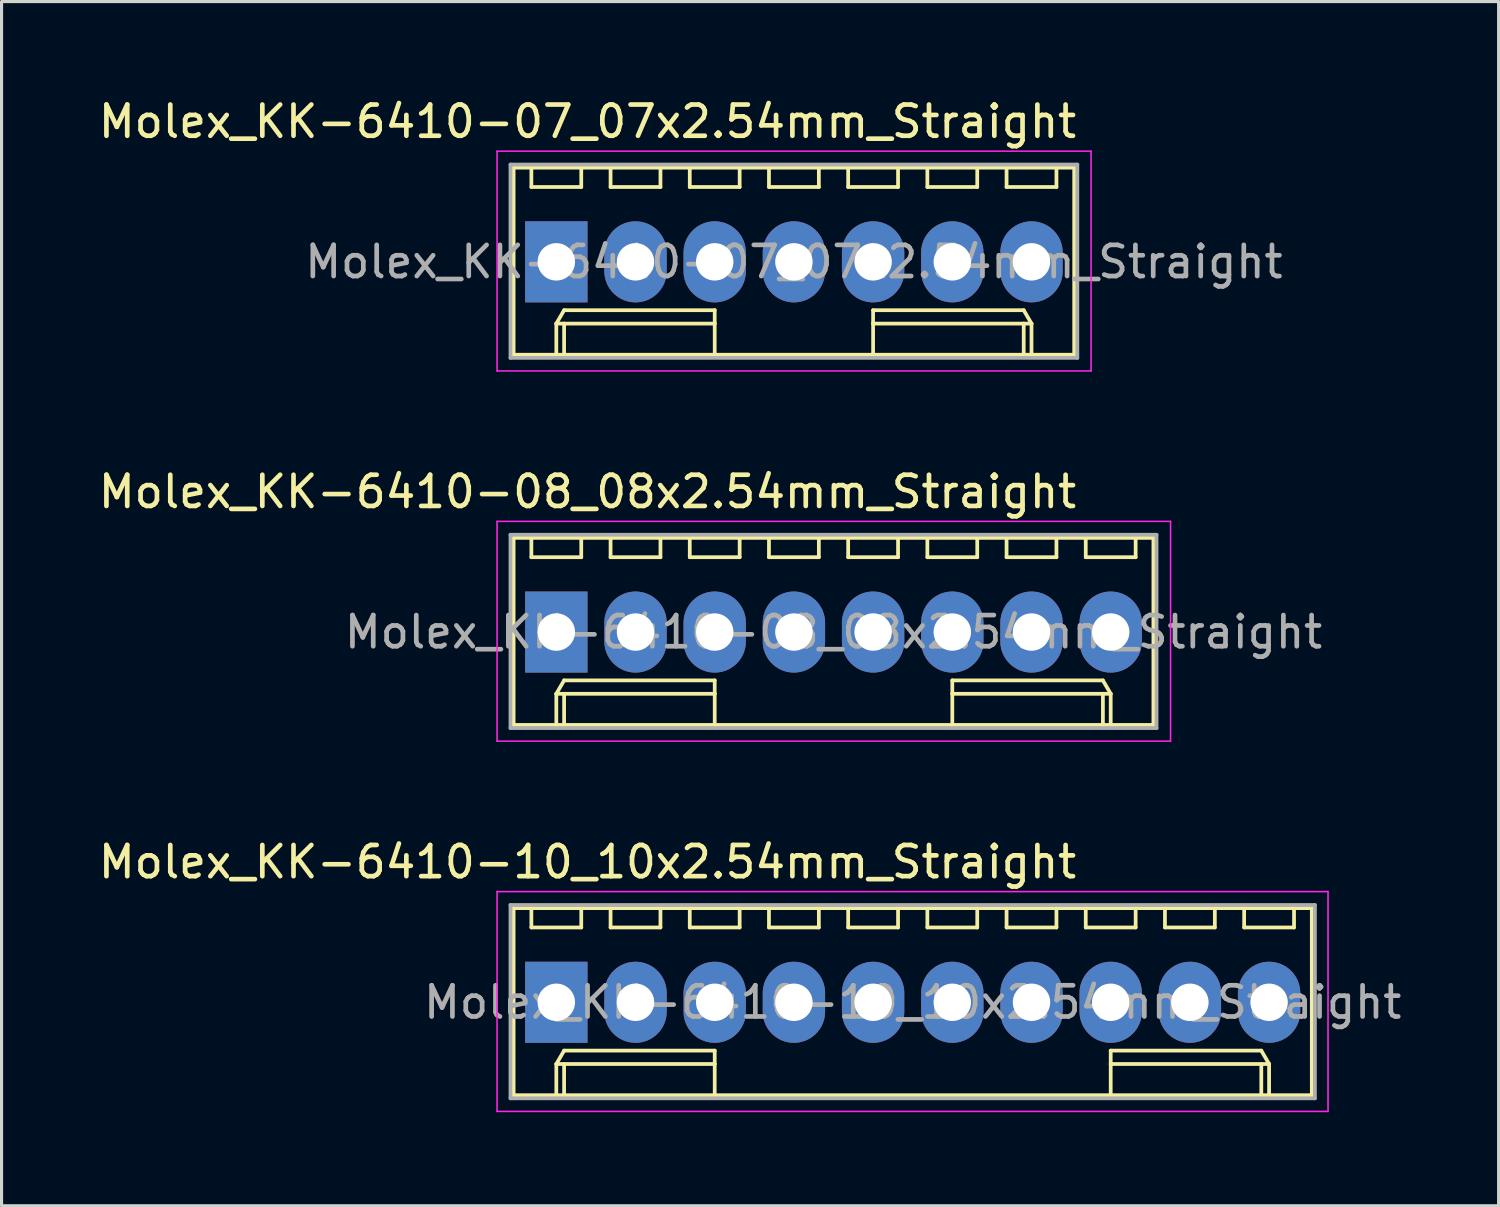
<source format=kicad_pcb>
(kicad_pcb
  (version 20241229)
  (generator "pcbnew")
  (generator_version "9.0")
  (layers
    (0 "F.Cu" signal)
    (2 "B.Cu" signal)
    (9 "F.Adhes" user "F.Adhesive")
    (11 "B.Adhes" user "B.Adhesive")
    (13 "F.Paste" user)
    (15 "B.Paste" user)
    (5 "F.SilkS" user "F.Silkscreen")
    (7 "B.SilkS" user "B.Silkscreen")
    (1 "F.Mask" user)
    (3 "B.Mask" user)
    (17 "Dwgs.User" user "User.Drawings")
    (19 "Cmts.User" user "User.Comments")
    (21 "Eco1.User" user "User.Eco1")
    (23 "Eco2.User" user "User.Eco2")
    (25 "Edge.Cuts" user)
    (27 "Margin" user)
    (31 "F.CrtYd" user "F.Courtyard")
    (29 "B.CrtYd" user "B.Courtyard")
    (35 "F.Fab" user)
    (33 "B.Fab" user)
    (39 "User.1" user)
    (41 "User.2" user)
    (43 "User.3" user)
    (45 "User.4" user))
  (footprint "Molex_KK-6410-08_08x2.54mm_Straight"
    (layer "F.Cu")
    (at 14.792 17.221)
    (property "Reference" "Molex_KK-6410-08_08x2.54mm_Straight" (at 1 -4.5 0) (layer "F.SilkS") (effects (font (size 1 1) (thickness 0.15))))
    (attr through_hole)
    (fp_line (start -1.37 -3.02) (end -1.37 2.98) (stroke (width 0.12) (type solid)) (layer "F.SilkS"))
    (fp_line (start -1.37 2.98) (end 19.15 2.98) (stroke (width 0.12) (type solid)) (layer "F.SilkS"))
    (fp_line (start -0.8 -3.02) (end -0.8 -2.4) (stroke (width 0.12) (type solid)) (layer "F.SilkS"))
    (fp_line (start -0.8 -2.4) (end 0.8 -2.4) (stroke (width 0.12) (type solid)) (layer "F.SilkS"))
    (fp_line (start 0 1.98) (end 0.25 1.55) (stroke (width 0.12) (type solid)) (layer "F.SilkS"))
    (fp_line (start 0 1.98) (end 5.08 1.98) (stroke (width 0.12) (type solid)) (layer "F.SilkS"))
    (fp_line (start 0 2.98) (end 0 1.98) (stroke (width 0.12) (type solid)) (layer "F.SilkS"))
    (fp_line (start 0.25 1.55) (end 5.08 1.55) (stroke (width 0.12) (type solid)) (layer "F.SilkS"))
    (fp_line (start 0.25 2.98) (end 0.25 1.98) (stroke (width 0.12) (type solid)) (layer "F.SilkS"))
    (fp_line (start 0.8 -2.4) (end 0.8 -3.02) (stroke (width 0.12) (type solid)) (layer "F.SilkS"))
    (fp_line (start 1.74 -3.02) (end 1.74 -2.4) (stroke (width 0.12) (type solid)) (layer "F.SilkS"))
    (fp_line (start 1.74 -2.4) (end 3.34 -2.4) (stroke (width 0.12) (type solid)) (layer "F.SilkS"))
    (fp_line (start 3.34 -2.4) (end 3.34 -3.02) (stroke (width 0.12) (type solid)) (layer "F.SilkS"))
    (fp_line (start 4.28 -3.02) (end 4.28 -2.4) (stroke (width 0.12) (type solid)) (layer "F.SilkS"))
    (fp_line (start 4.28 -2.4) (end 5.88 -2.4) (stroke (width 0.12) (type solid)) (layer "F.SilkS"))
    (fp_line (start 5.08 1.55) (end 5.08 1.98) (stroke (width 0.12) (type solid)) (layer "F.SilkS"))
    (fp_line (start 5.08 1.98) (end 5.08 2.98) (stroke (width 0.12) (type solid)) (layer "F.SilkS"))
    (fp_line (start 5.88 -2.4) (end 5.88 -3.02) (stroke (width 0.12) (type solid)) (layer "F.SilkS"))
    (fp_line (start 6.82 -3.02) (end 6.82 -2.4) (stroke (width 0.12) (type solid)) (layer "F.SilkS"))
    (fp_line (start 6.82 -2.4) (end 8.42 -2.4) (stroke (width 0.12) (type solid)) (layer "F.SilkS"))
    (fp_line (start 8.42 -2.4) (end 8.42 -3.02) (stroke (width 0.12) (type solid)) (layer "F.SilkS"))
    (fp_line (start 9.36 -3.02) (end 9.36 -2.4) (stroke (width 0.12) (type solid)) (layer "F.SilkS"))
    (fp_line (start 9.36 -2.4) (end 10.96 -2.4) (stroke (width 0.12) (type solid)) (layer "F.SilkS"))
    (fp_line (start 10.96 -2.4) (end 10.96 -3.02) (stroke (width 0.12) (type solid)) (layer "F.SilkS"))
    (fp_line (start 11.9 -3.02) (end 11.9 -2.4) (stroke (width 0.12) (type solid)) (layer "F.SilkS"))
    (fp_line (start 11.9 -2.4) (end 13.5 -2.4) (stroke (width 0.12) (type solid)) (layer "F.SilkS"))
    (fp_line (start 12.7 1.55) (end 12.7 1.98) (stroke (width 0.12) (type solid)) (layer "F.SilkS"))
    (fp_line (start 12.7 1.98) (end 12.7 2.98) (stroke (width 0.12) (type solid)) (layer "F.SilkS"))
    (fp_line (start 13.5 -2.4) (end 13.5 -3.02) (stroke (width 0.12) (type solid)) (layer "F.SilkS"))
    (fp_line (start 14.44 -3.02) (end 14.44 -2.4) (stroke (width 0.12) (type solid)) (layer "F.SilkS"))
    (fp_line (start 14.44 -2.4) (end 16.04 -2.4) (stroke (width 0.12) (type solid)) (layer "F.SilkS"))
    (fp_line (start 16.04 -2.4) (end 16.04 -3.02) (stroke (width 0.12) (type solid)) (layer "F.SilkS"))
    (fp_line (start 16.98 -3.02) (end 16.98 -2.4) (stroke (width 0.12) (type solid)) (layer "F.SilkS"))
    (fp_line (start 16.98 -2.4) (end 18.58 -2.4) (stroke (width 0.12) (type solid)) (layer "F.SilkS"))
    (fp_line (start 17.53 1.55) (end 12.7 1.55) (stroke (width 0.12) (type solid)) (layer "F.SilkS"))
    (fp_line (start 17.53 2.98) (end 17.53 1.98) (stroke (width 0.12) (type solid)) (layer "F.SilkS"))
    (fp_line (start 17.78 1.98) (end 12.7 1.98) (stroke (width 0.12) (type solid)) (layer "F.SilkS"))
    (fp_line (start 17.78 1.98) (end 17.53 1.55) (stroke (width 0.12) (type solid)) (layer "F.SilkS"))
    (fp_line (start 17.78 2.98) (end 17.78 1.98) (stroke (width 0.12) (type solid)) (layer "F.SilkS"))
    (fp_line (start 18.58 -2.4) (end 18.58 -3.02) (stroke (width 0.12) (type solid)) (layer "F.SilkS"))
    (fp_line (start 19.15 -3.02) (end -1.37 -3.02) (stroke (width 0.12) (type solid)) (layer "F.SilkS"))
    (fp_line (start 19.15 2.98) (end 19.15 -3.02) (stroke (width 0.12) (type solid)) (layer "F.SilkS"))
    (fp_line (start -1.9 -3.55) (end 19.7 -3.55) (stroke (width 0.05) (type solid)) (layer "F.CrtYd"))
    (fp_line (start -1.9 3.5) (end -1.9 -3.55) (stroke (width 0.05) (type solid)) (layer "F.CrtYd"))
    (fp_line (start 19.7 -3.55) (end 19.7 3.5) (stroke (width 0.05) (type solid)) (layer "F.CrtYd"))
    (fp_line (start 19.7 3.5) (end -1.9 3.5) (stroke (width 0.05) (type solid)) (layer "F.CrtYd"))
    (fp_line (start -1.47 -3.12) (end -1.47 3.08) (stroke (width 0.12) (type solid)) (layer "F.Fab"))
    (fp_line (start -1.47 3.08) (end 19.25 3.08) (stroke (width 0.12) (type solid)) (layer "F.Fab"))
    (fp_line (start 19.25 -3.12) (end -1.47 -3.12) (stroke (width 0.12) (type solid)) (layer "F.Fab"))
    (fp_line (start 19.25 3.08) (end 19.25 -3.12) (stroke (width 0.12) (type solid)) (layer "F.Fab"))
    (fp_text user "${REFERENCE}" (at 8.89 0 0) (layer "F.Fab") (effects (font (size 1 1) (thickness 0.15))))
    (pad "1" thru_hole rect (at 0 0) (size 2 2.6) (drill 1.2) (layers "*.Cu" "*.Mask"))
    (pad "2" thru_hole oval (at 2.54 0) (size 2 2.6) (drill 1.2) (layers "*.Cu" "*.Mask"))
    (pad "3" thru_hole oval (at 5.08 0) (size 2 2.6) (drill 1.2) (layers "*.Cu" "*.Mask"))
    (pad "4" thru_hole oval (at 7.62 0) (size 2 2.6) (drill 1.2) (layers "*.Cu" "*.Mask"))
    (pad "5" thru_hole oval (at 10.16 0) (size 2 2.6) (drill 1.2) (layers "*.Cu" "*.Mask"))
    (pad "6" thru_hole oval (at 12.7 0) (size 2 2.6) (drill 1.2) (layers "*.Cu" "*.Mask"))
    (pad "7" thru_hole oval (at 15.24 0) (size 2 2.6) (drill 1.2) (layers "*.Cu" "*.Mask"))
    (pad "8" thru_hole oval (at 17.78 0) (size 2 2.6) (drill 1.2) (layers "*.Cu" "*.Mask")))
  (footprint "Molex_KK-6410-07_07x2.54mm_Straight"
    (layer "F.Cu")
    (at 14.792 5.348)
    (property "Reference" "Molex_KK-6410-07_07x2.54mm_Straight" (at 1 -4.5 0) (layer "F.SilkS") (effects (font (size 1 1) (thickness 0.15))))
    (attr through_hole)
    (fp_line (start -1.37 -3.02) (end -1.37 2.98) (stroke (width 0.12) (type solid)) (layer "F.SilkS"))
    (fp_line (start -1.37 2.98) (end 16.61 2.98) (stroke (width 0.12) (type solid)) (layer "F.SilkS"))
    (fp_line (start -0.8 -3.02) (end -0.8 -2.4) (stroke (width 0.12) (type solid)) (layer "F.SilkS"))
    (fp_line (start -0.8 -2.4) (end 0.8 -2.4) (stroke (width 0.12) (type solid)) (layer "F.SilkS"))
    (fp_line (start 0 1.98) (end 0.25 1.55) (stroke (width 0.12) (type solid)) (layer "F.SilkS"))
    (fp_line (start 0 1.98) (end 5.08 1.98) (stroke (width 0.12) (type solid)) (layer "F.SilkS"))
    (fp_line (start 0 2.98) (end 0 1.98) (stroke (width 0.12) (type solid)) (layer "F.SilkS"))
    (fp_line (start 0.25 1.55) (end 5.08 1.55) (stroke (width 0.12) (type solid)) (layer "F.SilkS"))
    (fp_line (start 0.25 2.98) (end 0.25 1.98) (stroke (width 0.12) (type solid)) (layer "F.SilkS"))
    (fp_line (start 0.8 -2.4) (end 0.8 -3.02) (stroke (width 0.12) (type solid)) (layer "F.SilkS"))
    (fp_line (start 1.74 -3.02) (end 1.74 -2.4) (stroke (width 0.12) (type solid)) (layer "F.SilkS"))
    (fp_line (start 1.74 -2.4) (end 3.34 -2.4) (stroke (width 0.12) (type solid)) (layer "F.SilkS"))
    (fp_line (start 3.34 -2.4) (end 3.34 -3.02) (stroke (width 0.12) (type solid)) (layer "F.SilkS"))
    (fp_line (start 4.28 -3.02) (end 4.28 -2.4) (stroke (width 0.12) (type solid)) (layer "F.SilkS"))
    (fp_line (start 4.28 -2.4) (end 5.88 -2.4) (stroke (width 0.12) (type solid)) (layer "F.SilkS"))
    (fp_line (start 5.08 1.55) (end 5.08 1.98) (stroke (width 0.12) (type solid)) (layer "F.SilkS"))
    (fp_line (start 5.08 1.98) (end 5.08 2.98) (stroke (width 0.12) (type solid)) (layer "F.SilkS"))
    (fp_line (start 5.88 -2.4) (end 5.88 -3.02) (stroke (width 0.12) (type solid)) (layer "F.SilkS"))
    (fp_line (start 6.82 -3.02) (end 6.82 -2.4) (stroke (width 0.12) (type solid)) (layer "F.SilkS"))
    (fp_line (start 6.82 -2.4) (end 8.42 -2.4) (stroke (width 0.12) (type solid)) (layer "F.SilkS"))
    (fp_line (start 8.42 -2.4) (end 8.42 -3.02) (stroke (width 0.12) (type solid)) (layer "F.SilkS"))
    (fp_line (start 9.36 -3.02) (end 9.36 -2.4) (stroke (width 0.12) (type solid)) (layer "F.SilkS"))
    (fp_line (start 9.36 -2.4) (end 10.96 -2.4) (stroke (width 0.12) (type solid)) (layer "F.SilkS"))
    (fp_line (start 10.16 1.55) (end 10.16 1.98) (stroke (width 0.12) (type solid)) (layer "F.SilkS"))
    (fp_line (start 10.16 1.98) (end 10.16 2.98) (stroke (width 0.12) (type solid)) (layer "F.SilkS"))
    (fp_line (start 10.96 -2.4) (end 10.96 -3.02) (stroke (width 0.12) (type solid)) (layer "F.SilkS"))
    (fp_line (start 11.9 -3.02) (end 11.9 -2.4) (stroke (width 0.12) (type solid)) (layer "F.SilkS"))
    (fp_line (start 11.9 -2.4) (end 13.5 -2.4) (stroke (width 0.12) (type solid)) (layer "F.SilkS"))
    (fp_line (start 13.5 -2.4) (end 13.5 -3.02) (stroke (width 0.12) (type solid)) (layer "F.SilkS"))
    (fp_line (start 14.44 -3.02) (end 14.44 -2.4) (stroke (width 0.12) (type solid)) (layer "F.SilkS"))
    (fp_line (start 14.44 -2.4) (end 16.04 -2.4) (stroke (width 0.12) (type solid)) (layer "F.SilkS"))
    (fp_line (start 14.99 1.55) (end 10.16 1.55) (stroke (width 0.12) (type solid)) (layer "F.SilkS"))
    (fp_line (start 14.99 2.98) (end 14.99 1.98) (stroke (width 0.12) (type solid)) (layer "F.SilkS"))
    (fp_line (start 15.24 1.98) (end 10.16 1.98) (stroke (width 0.12) (type solid)) (layer "F.SilkS"))
    (fp_line (start 15.24 1.98) (end 14.99 1.55) (stroke (width 0.12) (type solid)) (layer "F.SilkS"))
    (fp_line (start 15.24 2.98) (end 15.24 1.98) (stroke (width 0.12) (type solid)) (layer "F.SilkS"))
    (fp_line (start 16.04 -2.4) (end 16.04 -3.02) (stroke (width 0.12) (type solid)) (layer "F.SilkS"))
    (fp_line (start 16.61 -3.02) (end -1.37 -3.02) (stroke (width 0.12) (type solid)) (layer "F.SilkS"))
    (fp_line (start 16.61 2.98) (end 16.61 -3.02) (stroke (width 0.12) (type solid)) (layer "F.SilkS"))
    (fp_line (start -1.9 -3.55) (end 17.15 -3.55) (stroke (width 0.05) (type solid)) (layer "F.CrtYd"))
    (fp_line (start -1.9 3.5) (end -1.9 -3.55) (stroke (width 0.05) (type solid)) (layer "F.CrtYd"))
    (fp_line (start 17.15 -3.55) (end 17.15 3.5) (stroke (width 0.05) (type solid)) (layer "F.CrtYd"))
    (fp_line (start 17.15 3.5) (end -1.9 3.5) (stroke (width 0.05) (type solid)) (layer "F.CrtYd"))
    (fp_line (start -1.47 -3.12) (end -1.47 3.08) (stroke (width 0.12) (type solid)) (layer "F.Fab"))
    (fp_line (start -1.47 3.08) (end 16.71 3.08) (stroke (width 0.12) (type solid)) (layer "F.Fab"))
    (fp_line (start 16.71 -3.12) (end -1.47 -3.12) (stroke (width 0.12) (type solid)) (layer "F.Fab"))
    (fp_line (start 16.71 3.08) (end 16.71 -3.12) (stroke (width 0.12) (type solid)) (layer "F.Fab"))
    (fp_text user "${REFERENCE}" (at 7.62 0 0) (layer "F.Fab") (effects (font (size 1 1) (thickness 0.15))))
    (pad "1" thru_hole rect (at 0 0) (size 2 2.6) (drill 1.2) (layers "*.Cu" "*.Mask"))
    (pad "2" thru_hole oval (at 2.54 0) (size 2 2.6) (drill 1.2) (layers "*.Cu" "*.Mask"))
    (pad "3" thru_hole oval (at 5.08 0) (size 2 2.6) (drill 1.2) (layers "*.Cu" "*.Mask"))
    (pad "4" thru_hole oval (at 7.62 0) (size 2 2.6) (drill 1.2) (layers "*.Cu" "*.Mask"))
    (pad "5" thru_hole oval (at 10.16 0) (size 2 2.6) (drill 1.2) (layers "*.Cu" "*.Mask"))
    (pad "6" thru_hole oval (at 12.7 0) (size 2 2.6) (drill 1.2) (layers "*.Cu" "*.Mask"))
    (pad "7" thru_hole oval (at 15.24 0) (size 2 2.6) (drill 1.2) (layers "*.Cu" "*.Mask")))
  (footprint "Molex_KK-6410-10_10x2.54mm_Straight"
    (layer "F.Cu")
    (at 14.792 29.095)
    (property "Reference" "Molex_KK-6410-10_10x2.54mm_Straight" (at 1 -4.5 0) (layer "F.SilkS") (effects (font (size 1 1) (thickness 0.15))))
    (attr through_hole)
    (fp_line (start -1.37 -3.02) (end -1.37 2.98) (stroke (width 0.12) (type solid)) (layer "F.SilkS"))
    (fp_line (start -1.37 2.98) (end 24.23 2.98) (stroke (width 0.12) (type solid)) (layer "F.SilkS"))
    (fp_line (start -0.8 -3.02) (end -0.8 -2.4) (stroke (width 0.12) (type solid)) (layer "F.SilkS"))
    (fp_line (start -0.8 -2.4) (end 0.8 -2.4) (stroke (width 0.12) (type solid)) (layer "F.SilkS"))
    (fp_line (start 0 1.98) (end 0.25 1.55) (stroke (width 0.12) (type solid)) (layer "F.SilkS"))
    (fp_line (start 0 1.98) (end 5.08 1.98) (stroke (width 0.12) (type solid)) (layer "F.SilkS"))
    (fp_line (start 0 2.98) (end 0 1.98) (stroke (width 0.12) (type solid)) (layer "F.SilkS"))
    (fp_line (start 0.25 1.55) (end 5.08 1.55) (stroke (width 0.12) (type solid)) (layer "F.SilkS"))
    (fp_line (start 0.25 2.98) (end 0.25 1.98) (stroke (width 0.12) (type solid)) (layer "F.SilkS"))
    (fp_line (start 0.8 -2.4) (end 0.8 -3.02) (stroke (width 0.12) (type solid)) (layer "F.SilkS"))
    (fp_line (start 1.74 -3.02) (end 1.74 -2.4) (stroke (width 0.12) (type solid)) (layer "F.SilkS"))
    (fp_line (start 1.74 -2.4) (end 3.34 -2.4) (stroke (width 0.12) (type solid)) (layer "F.SilkS"))
    (fp_line (start 3.34 -2.4) (end 3.34 -3.02) (stroke (width 0.12) (type solid)) (layer "F.SilkS"))
    (fp_line (start 4.28 -3.02) (end 4.28 -2.4) (stroke (width 0.12) (type solid)) (layer "F.SilkS"))
    (fp_line (start 4.28 -2.4) (end 5.88 -2.4) (stroke (width 0.12) (type solid)) (layer "F.SilkS"))
    (fp_line (start 5.08 1.55) (end 5.08 1.98) (stroke (width 0.12) (type solid)) (layer "F.SilkS"))
    (fp_line (start 5.08 1.98) (end 5.08 2.98) (stroke (width 0.12) (type solid)) (layer "F.SilkS"))
    (fp_line (start 5.88 -2.4) (end 5.88 -3.02) (stroke (width 0.12) (type solid)) (layer "F.SilkS"))
    (fp_line (start 6.82 -3.02) (end 6.82 -2.4) (stroke (width 0.12) (type solid)) (layer "F.SilkS"))
    (fp_line (start 6.82 -2.4) (end 8.42 -2.4) (stroke (width 0.12) (type solid)) (layer "F.SilkS"))
    (fp_line (start 8.42 -2.4) (end 8.42 -3.02) (stroke (width 0.12) (type solid)) (layer "F.SilkS"))
    (fp_line (start 9.36 -3.02) (end 9.36 -2.4) (stroke (width 0.12) (type solid)) (layer "F.SilkS"))
    (fp_line (start 9.36 -2.4) (end 10.96 -2.4) (stroke (width 0.12) (type solid)) (layer "F.SilkS"))
    (fp_line (start 10.96 -2.4) (end 10.96 -3.02) (stroke (width 0.12) (type solid)) (layer "F.SilkS"))
    (fp_line (start 11.9 -3.02) (end 11.9 -2.4) (stroke (width 0.12) (type solid)) (layer "F.SilkS"))
    (fp_line (start 11.9 -2.4) (end 13.5 -2.4) (stroke (width 0.12) (type solid)) (layer "F.SilkS"))
    (fp_line (start 13.5 -2.4) (end 13.5 -3.02) (stroke (width 0.12) (type solid)) (layer "F.SilkS"))
    (fp_line (start 14.44 -3.02) (end 14.44 -2.4) (stroke (width 0.12) (type solid)) (layer "F.SilkS"))
    (fp_line (start 14.44 -2.4) (end 16.04 -2.4) (stroke (width 0.12) (type solid)) (layer "F.SilkS"))
    (fp_line (start 16.04 -2.4) (end 16.04 -3.02) (stroke (width 0.12) (type solid)) (layer "F.SilkS"))
    (fp_line (start 16.98 -3.02) (end 16.98 -2.4) (stroke (width 0.12) (type solid)) (layer "F.SilkS"))
    (fp_line (start 16.98 -2.4) (end 18.58 -2.4) (stroke (width 0.12) (type solid)) (layer "F.SilkS"))
    (fp_line (start 17.78 1.55) (end 17.78 1.98) (stroke (width 0.12) (type solid)) (layer "F.SilkS"))
    (fp_line (start 17.78 1.98) (end 17.78 2.98) (stroke (width 0.12) (type solid)) (layer "F.SilkS"))
    (fp_line (start 18.58 -2.4) (end 18.58 -3.02) (stroke (width 0.12) (type solid)) (layer "F.SilkS"))
    (fp_line (start 19.52 -3.02) (end 19.52 -2.4) (stroke (width 0.12) (type solid)) (layer "F.SilkS"))
    (fp_line (start 19.52 -2.4) (end 21.12 -2.4) (stroke (width 0.12) (type solid)) (layer "F.SilkS"))
    (fp_line (start 21.12 -2.4) (end 21.12 -3.02) (stroke (width 0.12) (type solid)) (layer "F.SilkS"))
    (fp_line (start 22.06 -3.02) (end 22.06 -2.4) (stroke (width 0.12) (type solid)) (layer "F.SilkS"))
    (fp_line (start 22.06 -2.4) (end 23.66 -2.4) (stroke (width 0.12) (type solid)) (layer "F.SilkS"))
    (fp_line (start 22.61 1.55) (end 17.78 1.55) (stroke (width 0.12) (type solid)) (layer "F.SilkS"))
    (fp_line (start 22.61 2.98) (end 22.61 1.98) (stroke (width 0.12) (type solid)) (layer "F.SilkS"))
    (fp_line (start 22.86 1.98) (end 17.78 1.98) (stroke (width 0.12) (type solid)) (layer "F.SilkS"))
    (fp_line (start 22.86 1.98) (end 22.61 1.55) (stroke (width 0.12) (type solid)) (layer "F.SilkS"))
    (fp_line (start 22.86 2.98) (end 22.86 1.98) (stroke (width 0.12) (type solid)) (layer "F.SilkS"))
    (fp_line (start 23.66 -2.4) (end 23.66 -3.02) (stroke (width 0.12) (type solid)) (layer "F.SilkS"))
    (fp_line (start 24.23 -3.02) (end -1.37 -3.02) (stroke (width 0.12) (type solid)) (layer "F.SilkS"))
    (fp_line (start 24.23 2.98) (end 24.23 -3.02) (stroke (width 0.12) (type solid)) (layer "F.SilkS"))
    (fp_line (start -1.9 -3.55) (end 24.75 -3.55) (stroke (width 0.05) (type solid)) (layer "F.CrtYd"))
    (fp_line (start -1.9 3.5) (end -1.9 -3.55) (stroke (width 0.05) (type solid)) (layer "F.CrtYd"))
    (fp_line (start 24.75 -3.55) (end 24.75 3.5) (stroke (width 0.05) (type solid)) (layer "F.CrtYd"))
    (fp_line (start 24.75 3.5) (end -1.9 3.5) (stroke (width 0.05) (type solid)) (layer "F.CrtYd"))
    (fp_line (start -1.47 -3.12) (end -1.47 3.08) (stroke (width 0.12) (type solid)) (layer "F.Fab"))
    (fp_line (start -1.47 3.08) (end 24.33 3.08) (stroke (width 0.12) (type solid)) (layer "F.Fab"))
    (fp_line (start 24.33 -3.12) (end -1.47 -3.12) (stroke (width 0.12) (type solid)) (layer "F.Fab"))
    (fp_line (start 24.33 3.08) (end 24.33 -3.12) (stroke (width 0.12) (type solid)) (layer "F.Fab"))
    (fp_text user "${REFERENCE}" (at 11.43 0 0) (layer "F.Fab") (effects (font (size 1 1) (thickness 0.15))))
    (pad "1" thru_hole rect (at 0 0) (size 2 2.6) (drill 1.2) (layers "*.Cu" "*.Mask"))
    (pad "2" thru_hole oval (at 2.54 0) (size 2 2.6) (drill 1.2) (layers "*.Cu" "*.Mask"))
    (pad "3" thru_hole oval (at 5.08 0) (size 2 2.6) (drill 1.2) (layers "*.Cu" "*.Mask"))
    (pad "4" thru_hole oval (at 7.62 0) (size 2 2.6) (drill 1.2) (layers "*.Cu" "*.Mask"))
    (pad "5" thru_hole oval (at 10.16 0) (size 2 2.6) (drill 1.2) (layers "*.Cu" "*.Mask"))
    (pad "6" thru_hole oval (at 12.7 0) (size 2 2.6) (drill 1.2) (layers "*.Cu" "*.Mask"))
    (pad "7" thru_hole oval (at 15.24 0) (size 2 2.6) (drill 1.2) (layers "*.Cu" "*.Mask"))
    (pad "8" thru_hole oval (at 17.78 0) (size 2 2.6) (drill 1.2) (layers "*.Cu" "*.Mask"))
    (pad "9" thru_hole oval (at 20.32 0) (size 2 2.6) (drill 1.2) (layers "*.Cu" "*.Mask"))
    (pad "10" thru_hole oval (at 22.86 0) (size 2 2.6) (drill 1.2) (layers "*.Cu" "*.Mask")))
  (gr_rect
    (start -3 -3)
    (end 45.013 35.62)
    (stroke (width 0.1) (type default))
    (fill no)
    (layer "Edge.Cuts")))
</source>
